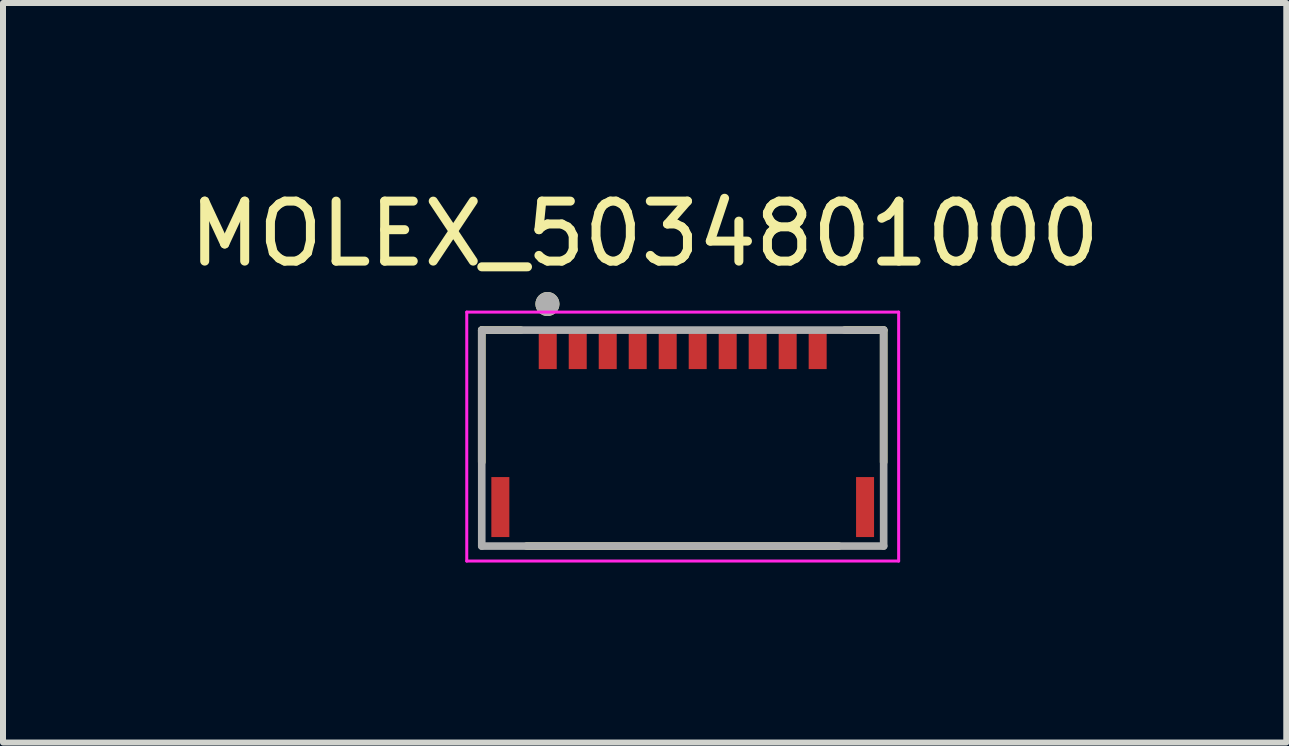
<source format=kicad_pcb>
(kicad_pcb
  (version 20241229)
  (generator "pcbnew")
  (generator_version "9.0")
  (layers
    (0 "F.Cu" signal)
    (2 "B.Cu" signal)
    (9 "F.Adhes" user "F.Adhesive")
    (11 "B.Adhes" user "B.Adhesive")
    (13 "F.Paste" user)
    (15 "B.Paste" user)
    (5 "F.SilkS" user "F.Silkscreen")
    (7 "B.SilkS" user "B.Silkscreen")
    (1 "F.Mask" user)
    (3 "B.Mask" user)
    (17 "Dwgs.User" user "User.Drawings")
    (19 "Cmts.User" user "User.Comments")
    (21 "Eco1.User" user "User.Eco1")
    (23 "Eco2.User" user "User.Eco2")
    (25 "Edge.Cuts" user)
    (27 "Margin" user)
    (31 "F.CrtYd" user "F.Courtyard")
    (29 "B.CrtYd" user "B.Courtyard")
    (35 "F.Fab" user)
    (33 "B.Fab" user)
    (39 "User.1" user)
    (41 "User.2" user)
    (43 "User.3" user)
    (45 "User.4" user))
  (footprint "MOLEX_5034801000"
    (layer "F.Cu")
    (at 8.331 2.753)
    (property "Reference" "MOLEX_5034801000" (at -0.635 -1.905 0) (layer "F.SilkS") (effects (font (size 1 1) (thickness 0.15))))
    (attr smd)
    (fp_line (start -3.35 -0.3) (end -3.35 1.9) (stroke (width 0.127) (type solid)) (layer "F.SilkS"))
    (fp_line (start -2.7 -0.3) (end -3.35 -0.3) (stroke (width 0.127) (type solid)) (layer "F.SilkS"))
    (fp_line (start -2.6 3.3) (end 2.6 3.3) (stroke (width 0.127) (type solid)) (layer "F.SilkS"))
    (fp_line (start 2.7 -0.3) (end 3.35 -0.3) (stroke (width 0.127) (type solid)) (layer "F.SilkS"))
    (fp_line (start 3.35 -0.3) (end 3.35 1.9) (stroke (width 0.127) (type solid)) (layer "F.SilkS"))
    (fp_circle (center -2.255 -0.735) (end -2.155 -0.735) (stroke (width 0.2) (type solid)) (fill no) (layer "F.SilkS"))
    (fp_line (start -3.6 -0.6) (end 3.6 -0.6) (stroke (width 0.05) (type solid)) (layer "F.CrtYd"))
    (fp_line (start -3.6 3.55) (end -3.6 -0.6) (stroke (width 0.05) (type solid)) (layer "F.CrtYd"))
    (fp_line (start 3.6 -0.6) (end 3.6 3.55) (stroke (width 0.05) (type solid)) (layer "F.CrtYd"))
    (fp_line (start 3.6 3.55) (end -3.6 3.55) (stroke (width 0.05) (type solid)) (layer "F.CrtYd"))
    (fp_line (start -3.35 -0.3) (end 3.35 -0.3) (stroke (width 0.127) (type solid)) (layer "F.Fab"))
    (fp_line (start -3.35 3.3) (end -3.35 -0.3) (stroke (width 0.127) (type solid)) (layer "F.Fab"))
    (fp_line (start 3.35 -0.3) (end 3.35 3.3) (stroke (width 0.127) (type solid)) (layer "F.Fab"))
    (fp_line (start 3.35 3.3) (end -3.35 3.3) (stroke (width 0.127) (type solid)) (layer "F.Fab"))
    (fp_circle (center -2.255 -0.735) (end -2.155 -0.735) (stroke (width 0.2) (type solid)) (fill no) (layer "F.Fab"))
    (pad "1" smd rect (at -2.25 0) (size 0.3 0.7) (layers "F.Cu" "F.Mask" "F.Paste"))
    (pad "2" smd rect (at -1.75 0) (size 0.3 0.7) (layers "F.Cu" "F.Mask" "F.Paste"))
    (pad "3" smd rect (at -1.25 0) (size 0.3 0.7) (layers "F.Cu" "F.Mask" "F.Paste"))
    (pad "4" smd rect (at -0.75 0) (size 0.3 0.7) (layers "F.Cu" "F.Mask" "F.Paste"))
    (pad "5" smd rect (at -0.25 0) (size 0.3 0.7) (layers "F.Cu" "F.Mask" "F.Paste"))
    (pad "6" smd rect (at 0.25 0) (size 0.3 0.7) (layers "F.Cu" "F.Mask" "F.Paste"))
    (pad "7" smd rect (at 0.75 0) (size 0.3 0.7) (layers "F.Cu" "F.Mask" "F.Paste"))
    (pad "8" smd rect (at 1.25 0) (size 0.3 0.7) (layers "F.Cu" "F.Mask" "F.Paste"))
    (pad "9" smd rect (at 1.75 0) (size 0.3 0.7) (layers "F.Cu" "F.Mask" "F.Paste"))
    (pad "10" smd rect (at 2.25 0) (size 0.3 0.7) (layers "F.Cu" "F.Mask" "F.Paste"))
    (pad "S1" smd rect (at -3.04 2.65) (size 0.3 1) (layers "F.Cu" "F.Mask" "F.Paste"))
    (pad "S2" smd rect (at 3.04 2.65) (size 0.3 1) (layers "F.Cu" "F.Mask" "F.Paste")))
  (gr_rect
    (start -3 -3)
    (end 18.393 9.328)
    (stroke (width 0.1) (type default))
    (fill no)
    (layer "Edge.Cuts")))
</source>
